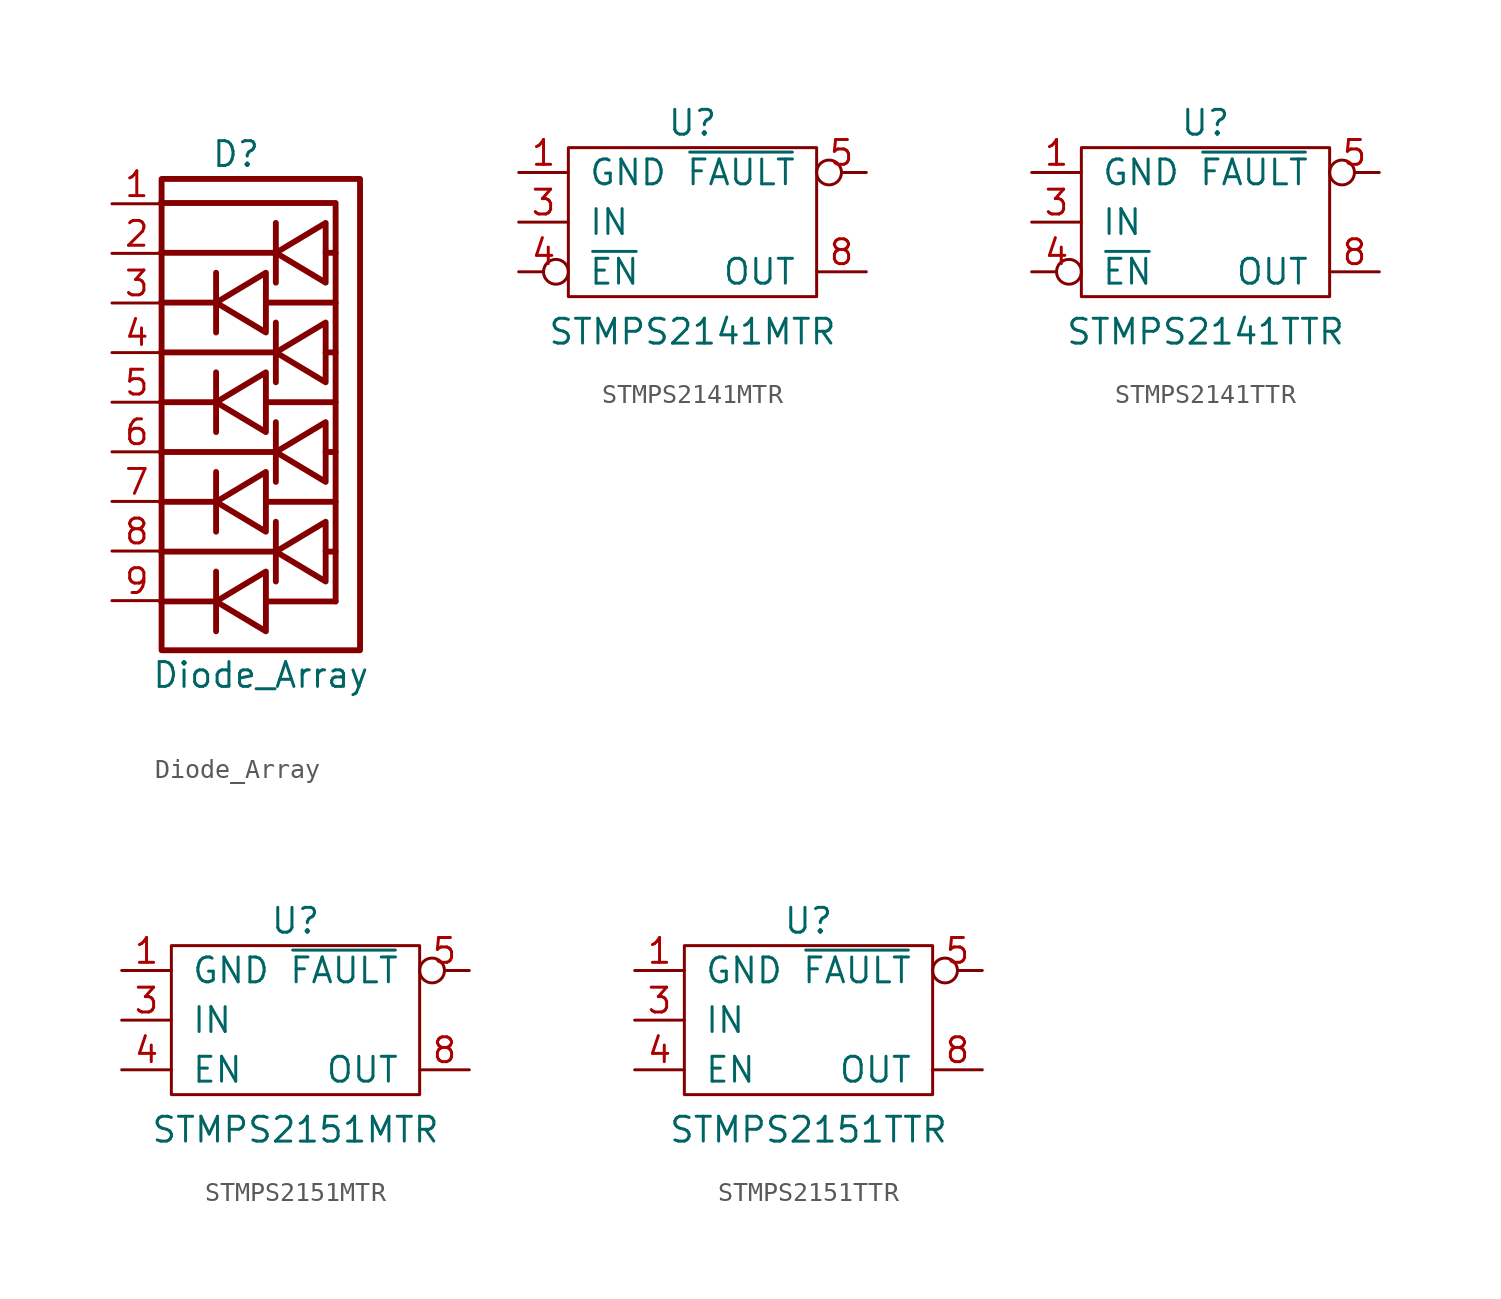
<source format=kicad_sym>
(kicad_symbol_lib
  (version 20211014)
  (generator kicad_symbol_editor)
  (symbol "Diode_Array"
    (pin_names hide)
    (property "Reference" "D"
      (at 0 12.7 0)
      (effects (font (size 1.27 1.27))))
    (property "Value" "Diode_Array"
      (at 1.27 -13.97 0)
      (effects (font (size 1.27 1.27))))
    (symbol "Diode_Array_0_1"
      (rectangle (start -3.81 11.43) (end 6.35 -12.7) (stroke (width 0.3) (type default) (color 0 0 0 0)) (fill (type none)))
      (polyline (pts (xy -1.02 -10.2) (xy -3.84 -10.2)) (stroke (width 0.3) (type default) (color 0 0 0 0)) (fill (type none)))
      (polyline (pts (xy -1.02 -8.67) (xy -1.02 -11.73)) (stroke (width 0.3) (type default) (color 0 0 0 0)) (fill (type none)))
      (polyline (pts (xy -1.02 -5.1) (xy -3.84 -5.1)) (stroke (width 0.3) (type default) (color 0 0 0 0)) (fill (type none)))
      (polyline (pts (xy -1.02 -3.57) (xy -1.02 -6.63)) (stroke (width 0.3) (type default) (color 0 0 0 0)) (fill (type none)))
      (polyline (pts (xy -1.02 0) (xy -3.84 0)) (stroke (width 0.3) (type default) (color 0 0 0 0)) (fill (type none)))
      (polyline (pts (xy -1.02 1.53) (xy -1.02 -1.53)) (stroke (width 0.3) (type default) (color 0 0 0 0)) (fill (type none)))
      (polyline (pts (xy -1.02 5.1) (xy -3.84 5.1)) (stroke (width 0.3) (type default) (color 0 0 0 0)) (fill (type none)))
      (polyline (pts (xy -1.02 6.63) (xy -1.02 3.57)) (stroke (width 0.3) (type default) (color 0 0 0 0)) (fill (type none)))
      (polyline (pts (xy 1.53 -10.2) (xy 5.1 -10.2)) (stroke (width 0.3) (type default) (color 0 0 0 0)) (fill (type none)))
      (polyline (pts (xy 1.53 -5.1) (xy 5.1 -5.1)) (stroke (width 0.3) (type default) (color 0 0 0 0)) (fill (type none)))
      (polyline (pts (xy 1.53 0) (xy 5.1 0)) (stroke (width 0.3) (type default) (color 0 0 0 0)) (fill (type none)))
      (polyline (pts (xy 1.53 5.1) (xy 5.1 5.1)) (stroke (width 0.3) (type default) (color 0 0 0 0)) (fill (type none)))
      (polyline (pts (xy 2.04 -7.65) (xy -3.84 -7.65)) (stroke (width 0.3) (type default) (color 0 0 0 0)) (fill (type none)))
      (polyline (pts (xy 2.04 -6.12) (xy 2.04 -9.18)) (stroke (width 0.3) (type default) (color 0 0 0 0)) (fill (type none)))
      (polyline (pts (xy 2.04 -2.55) (xy -3.84 -2.55)) (stroke (width 0.3) (type default) (color 0 0 0 0)) (fill (type none)))
      (polyline (pts (xy 2.04 -1.02) (xy 2.04 -4.08)) (stroke (width 0.3) (type default) (color 0 0 0 0)) (fill (type none)))
      (polyline (pts (xy 2.04 2.55) (xy -3.84 2.55)) (stroke (width 0.3) (type default) (color 0 0 0 0)) (fill (type none)))
      (polyline (pts (xy 2.04 4.08) (xy 2.04 1.02)) (stroke (width 0.3) (type default) (color 0 0 0 0)) (fill (type none)))
      (polyline (pts (xy 2.04 7.65) (xy -3.84 7.65)) (stroke (width 0.3) (type default) (color 0 0 0 0)) (fill (type none)))
      (polyline (pts (xy 2.04 9.18) (xy 2.04 6.12)) (stroke (width 0.3) (type default) (color 0 0 0 0)) (fill (type none)))
      (polyline (pts (xy 4.59 -7.65) (xy 5.1 -7.65)) (stroke (width 0.3) (type default) (color 0 0 0 0)) (fill (type none)))
      (polyline (pts (xy 4.59 -2.55) (xy 5.1 -2.55)) (stroke (width 0.3) (type default) (color 0 0 0 0)) (fill (type none)))
      (polyline (pts (xy 4.59 2.55) (xy 5.1 2.55)) (stroke (width 0.3) (type default) (color 0 0 0 0)) (fill (type none)))
      (polyline (pts (xy 4.59 7.65) (xy 5.1 7.65)) (stroke (width 0.3) (type default) (color 0 0 0 0)) (fill (type none)))
      (polyline (pts (xy 5.1 -10.2) (xy 5.1 10.2) (xy -3.84 10.2)) (stroke (width 0.3) (type default) (color 0 0 0 0)) (fill (type none)))
      (polyline (pts (xy 1.53 -8.67) (xy -1.02 -10.2) (xy 1.53 -11.73) (xy 1.53 -8.67)) (stroke (width 0.3) (type default) (color 0 0 0 0)) (fill (type none)))
      (polyline (pts (xy 1.53 -3.57) (xy -1.02 -5.1) (xy 1.53 -6.63) (xy 1.53 -3.57)) (stroke (width 0.3) (type default) (color 0 0 0 0)) (fill (type none)))
      (polyline (pts (xy 1.53 1.53) (xy -1.02 0) (xy 1.53 -1.53) (xy 1.53 1.53)) (stroke (width 0.3) (type default) (color 0 0 0 0)) (fill (type none)))
      (polyline (pts (xy 1.53 6.63) (xy -1.02 5.1) (xy 1.53 3.57) (xy 1.53 6.63)) (stroke (width 0.3) (type default) (color 0 0 0 0)) (fill (type none)))
      (polyline (pts (xy 4.59 -6.12) (xy 2.04 -7.65) (xy 4.59 -9.18) (xy 4.59 -6.12)) (stroke (width 0.3) (type default) (color 0 0 0 0)) (fill (type none)))
      (polyline (pts (xy 4.59 -1.02) (xy 2.04 -2.55) (xy 4.59 -4.08) (xy 4.59 -1.02)) (stroke (width 0.3) (type default) (color 0 0 0 0)) (fill (type none)))
      (polyline (pts (xy 4.59 4.08) (xy 2.04 2.55) (xy 4.59 1.02) (xy 4.59 4.08)) (stroke (width 0.3) (type default) (color 0 0 0 0)) (fill (type none)))
      (polyline (pts (xy 4.59 9.18) (xy 2.04 7.65) (xy 4.59 6.12) (xy 4.59 9.18)) (stroke (width 0.3) (type default) (color 0 0 0 0)) (fill (type none))))
    (symbol "Diode_Array_1_1"
      (pin passive line (at -6.35 10.16 0) (length 2.54) (name "COMA" (effects (font (size 1.27 1.27)))) (number "1" (effects (font (size 1.27 1.27)))))
      (pin passive line (at -6.35 7.62 0) (length 2.54) (name "K0" (effects (font (size 1.27 1.27)))) (number "2" (effects (font (size 1.27 1.27)))))
      (pin passive line (at -6.35 5.08 0) (length 2.54) (name "K1" (effects (font (size 1.27 1.27)))) (number "3" (effects (font (size 1.27 1.27)))))
      (pin passive line (at -6.35 2.54 0) (length 2.54) (name "K2" (effects (font (size 1.27 1.27)))) (number "4" (effects (font (size 1.27 1.27)))))
      (pin passive line (at -6.35 0 0) (length 2.54) (name "K3" (effects (font (size 1.27 1.27)))) (number "5" (effects (font (size 1.27 1.27)))))
      (pin passive line (at -6.35 -2.54 0) (length 2.54) (name "K4" (effects (font (size 1.27 1.27)))) (number "6" (effects (font (size 1.27 1.27)))))
      (pin passive line (at -6.35 -5.08 0) (length 2.54) (name "K5" (effects (font (size 1.27 1.27)))) (number "7" (effects (font (size 1.27 1.27)))))
      (pin passive line (at -6.35 -7.62 0) (length 2.54) (name "K6" (effects (font (size 1.27 1.27)))) (number "8" (effects (font (size 1.27 1.27)))))
      (pin passive line (at -6.35 -10.16 0) (length 2.54) (name "K7" (effects (font (size 1.27 1.27)))) (number "9" (effects (font (size 1.27 1.27)))))))
  (symbol "STMPS2141MTR"
    (pin_names
      (offset 1.016))
    (property "Reference" "U"
      (at 0 5.08 0)
      (effects (font (size 1.27 1.27))))
    (property "Value" "STMPS2141MTR"
      (at 0 -6.35 0)
      (effects (font (size 1.27 1.27)) (justify bottom)))
    (symbol "STMPS2141MTR_0_1"
      (rectangle (start 6.35 -3.81) (end -6.35 3.81) (stroke (width 0) (type default) (color 0 0 0 0)) (fill (type none)))
      (pin power_in line (at -8.89 2.54 0) (length 2.54) (name "GND" (effects (font (size 1.27 1.27)))) (number "1" (effects (font (size 1.27 1.27)))))
      (pin power_in line (at -8.89 0 0) (length 2.54) hide (name "IN" (effects (font (size 1.27 1.27)))) (number "2" (effects (font (size 1.27 1.27)))))
      (pin power_in line (at -8.89 0 0) (length 2.54) (name "IN" (effects (font (size 1.27 1.27)))) (number "3" (effects (font (size 1.27 1.27)))))
      (pin input inverted (at -8.89 -2.54 0) (length 2.54) (name "~{EN}" (effects (font (size 1.27 1.27)))) (number "4" (effects (font (size 1.27 1.27)))))
      (pin passive line (at 8.89 -2.54 180) (length 2.54) hide (name "OUT" (effects (font (size 1.27 1.27)))) (number "6" (effects (font (size 1.27 1.27)))))
      (pin passive line (at 8.89 -2.54 180) (length 2.54) hide (name "OUT" (effects (font (size 1.27 1.27)))) (number "7" (effects (font (size 1.27 1.27)))))
      (pin power_out line (at 8.89 -2.54 180) (length 2.54) (name "OUT" (effects (font (size 1.27 1.27)))) (number "8" (effects (font (size 1.27 1.27))))))
    (symbol "STMPS2141MTR_1_1"
      (pin output inverted (at 8.89 2.54 180) (length 2.54) (name "~{FAULT}" (effects (font (size 1.27 1.27)))) (number "5" (effects (font (size 1.27 1.27)))))))
  (symbol "STMPS2141TTR"
    (pin_names
      (offset 1.016))
    (property "Reference" "U"
      (at 0 5.08 0)
      (effects (font (size 1.27 1.27))))
    (property "Value" "STMPS2141TTR"
      (at 0 -6.35 0)
      (effects (font (size 1.27 1.27)) (justify bottom)))
    (symbol "STMPS2141TTR_0_1"
      (rectangle (start 6.35 -3.81) (end -6.35 3.81) (stroke (width 0) (type default) (color 0 0 0 0)) (fill (type none)))
      (pin power_in line (at -8.89 2.54 0) (length 2.54) (name "GND" (effects (font (size 1.27 1.27)))) (number "1" (effects (font (size 1.27 1.27)))))
      (pin power_in line (at -8.89 0 0) (length 2.54) hide (name "IN" (effects (font (size 1.27 1.27)))) (number "2" (effects (font (size 1.27 1.27)))))
      (pin power_in line (at -8.89 0 0) (length 2.54) (name "IN" (effects (font (size 1.27 1.27)))) (number "3" (effects (font (size 1.27 1.27)))))
      (pin input inverted (at -8.89 -2.54 0) (length 2.54) (name "~{EN}" (effects (font (size 1.27 1.27)))) (number "4" (effects (font (size 1.27 1.27)))))
      (pin passive line (at 8.89 -2.54 180) (length 2.54) hide (name "OUT" (effects (font (size 1.27 1.27)))) (number "6" (effects (font (size 1.27 1.27)))))
      (pin passive line (at 8.89 -2.54 180) (length 2.54) hide (name "OUT" (effects (font (size 1.27 1.27)))) (number "7" (effects (font (size 1.27 1.27)))))
      (pin power_out line (at 8.89 -2.54 180) (length 2.54) (name "OUT" (effects (font (size 1.27 1.27)))) (number "8" (effects (font (size 1.27 1.27))))))
    (symbol "STMPS2141TTR_1_1"
      (pin output inverted (at 8.89 2.54 180) (length 2.54) (name "~{FAULT}" (effects (font (size 1.27 1.27)))) (number "5" (effects (font (size 1.27 1.27)))))))
  (symbol "STMPS2151MTR"
    (pin_names
      (offset 1.016))
    (property "Reference" "U"
      (at 0 5.08 0)
      (effects (font (size 1.27 1.27))))
    (property "Value" "STMPS2151MTR"
      (at 0 -6.35 0)
      (effects (font (size 1.27 1.27)) (justify bottom)))
    (symbol "STMPS2151MTR_0_1"
      (rectangle (start 6.35 -3.81) (end -6.35 3.81) (stroke (width 0) (type default) (color 0 0 0 0)) (fill (type none)))
      (pin power_in line (at -8.89 2.54 0) (length 2.54) (name "GND" (effects (font (size 1.27 1.27)))) (number "1" (effects (font (size 1.27 1.27)))))
      (pin power_in line (at -8.89 0 0) (length 2.54) hide (name "IN" (effects (font (size 1.27 1.27)))) (number "2" (effects (font (size 1.27 1.27)))))
      (pin power_in line (at -8.89 0 0) (length 2.54) (name "IN" (effects (font (size 1.27 1.27)))) (number "3" (effects (font (size 1.27 1.27)))))
      (pin input line (at -8.89 -2.54 0) (length 2.54) (name "EN" (effects (font (size 1.27 1.27)))) (number "4" (effects (font (size 1.27 1.27)))))
      (pin passive line (at 8.89 -2.54 180) (length 2.54) hide (name "OUT" (effects (font (size 1.27 1.27)))) (number "6" (effects (font (size 1.27 1.27)))))
      (pin passive line (at 8.89 -2.54 180) (length 2.54) hide (name "OUT" (effects (font (size 1.27 1.27)))) (number "7" (effects (font (size 1.27 1.27)))))
      (pin power_out line (at 8.89 -2.54 180) (length 2.54) (name "OUT" (effects (font (size 1.27 1.27)))) (number "8" (effects (font (size 1.27 1.27))))))
    (symbol "STMPS2151MTR_1_1"
      (pin output inverted (at 8.89 2.54 180) (length 2.54) (name "~{FAULT}" (effects (font (size 1.27 1.27)))) (number "5" (effects (font (size 1.27 1.27)))))))
  (symbol "STMPS2151TTR"
    (pin_names
      (offset 1.016))
    (property "Reference" "U"
      (at 0 5.08 0)
      (effects (font (size 1.27 1.27))))
    (property "Value" "STMPS2151TTR"
      (at 0 -6.35 0)
      (effects (font (size 1.27 1.27)) (justify bottom)))
    (symbol "STMPS2151TTR_0_1"
      (rectangle (start 6.35 -3.81) (end -6.35 3.81) (stroke (width 0) (type default) (color 0 0 0 0)) (fill (type none)))
      (pin power_in line (at -8.89 2.54 0) (length 2.54) (name "GND" (effects (font (size 1.27 1.27)))) (number "1" (effects (font (size 1.27 1.27)))))
      (pin power_in line (at -8.89 0 0) (length 2.54) hide (name "IN" (effects (font (size 1.27 1.27)))) (number "2" (effects (font (size 1.27 1.27)))))
      (pin power_in line (at -8.89 0 0) (length 2.54) (name "IN" (effects (font (size 1.27 1.27)))) (number "3" (effects (font (size 1.27 1.27)))))
      (pin input line (at -8.89 -2.54 0) (length 2.54) (name "EN" (effects (font (size 1.27 1.27)))) (number "4" (effects (font (size 1.27 1.27)))))
      (pin passive line (at 8.89 -2.54 180) (length 2.54) hide (name "OUT" (effects (font (size 1.27 1.27)))) (number "6" (effects (font (size 1.27 1.27)))))
      (pin passive line (at 8.89 -2.54 180) (length 2.54) hide (name "OUT" (effects (font (size 1.27 1.27)))) (number "7" (effects (font (size 1.27 1.27)))))
      (pin power_out line (at 8.89 -2.54 180) (length 2.54) (name "OUT" (effects (font (size 1.27 1.27)))) (number "8" (effects (font (size 1.27 1.27))))))
    (symbol "STMPS2151TTR_1_1"
      (pin output inverted (at 8.89 2.54 180) (length 2.54) (name "~{FAULT}" (effects (font (size 1.27 1.27)))) (number "5" (effects (font (size 1.27 1.27))))))))
</source>
